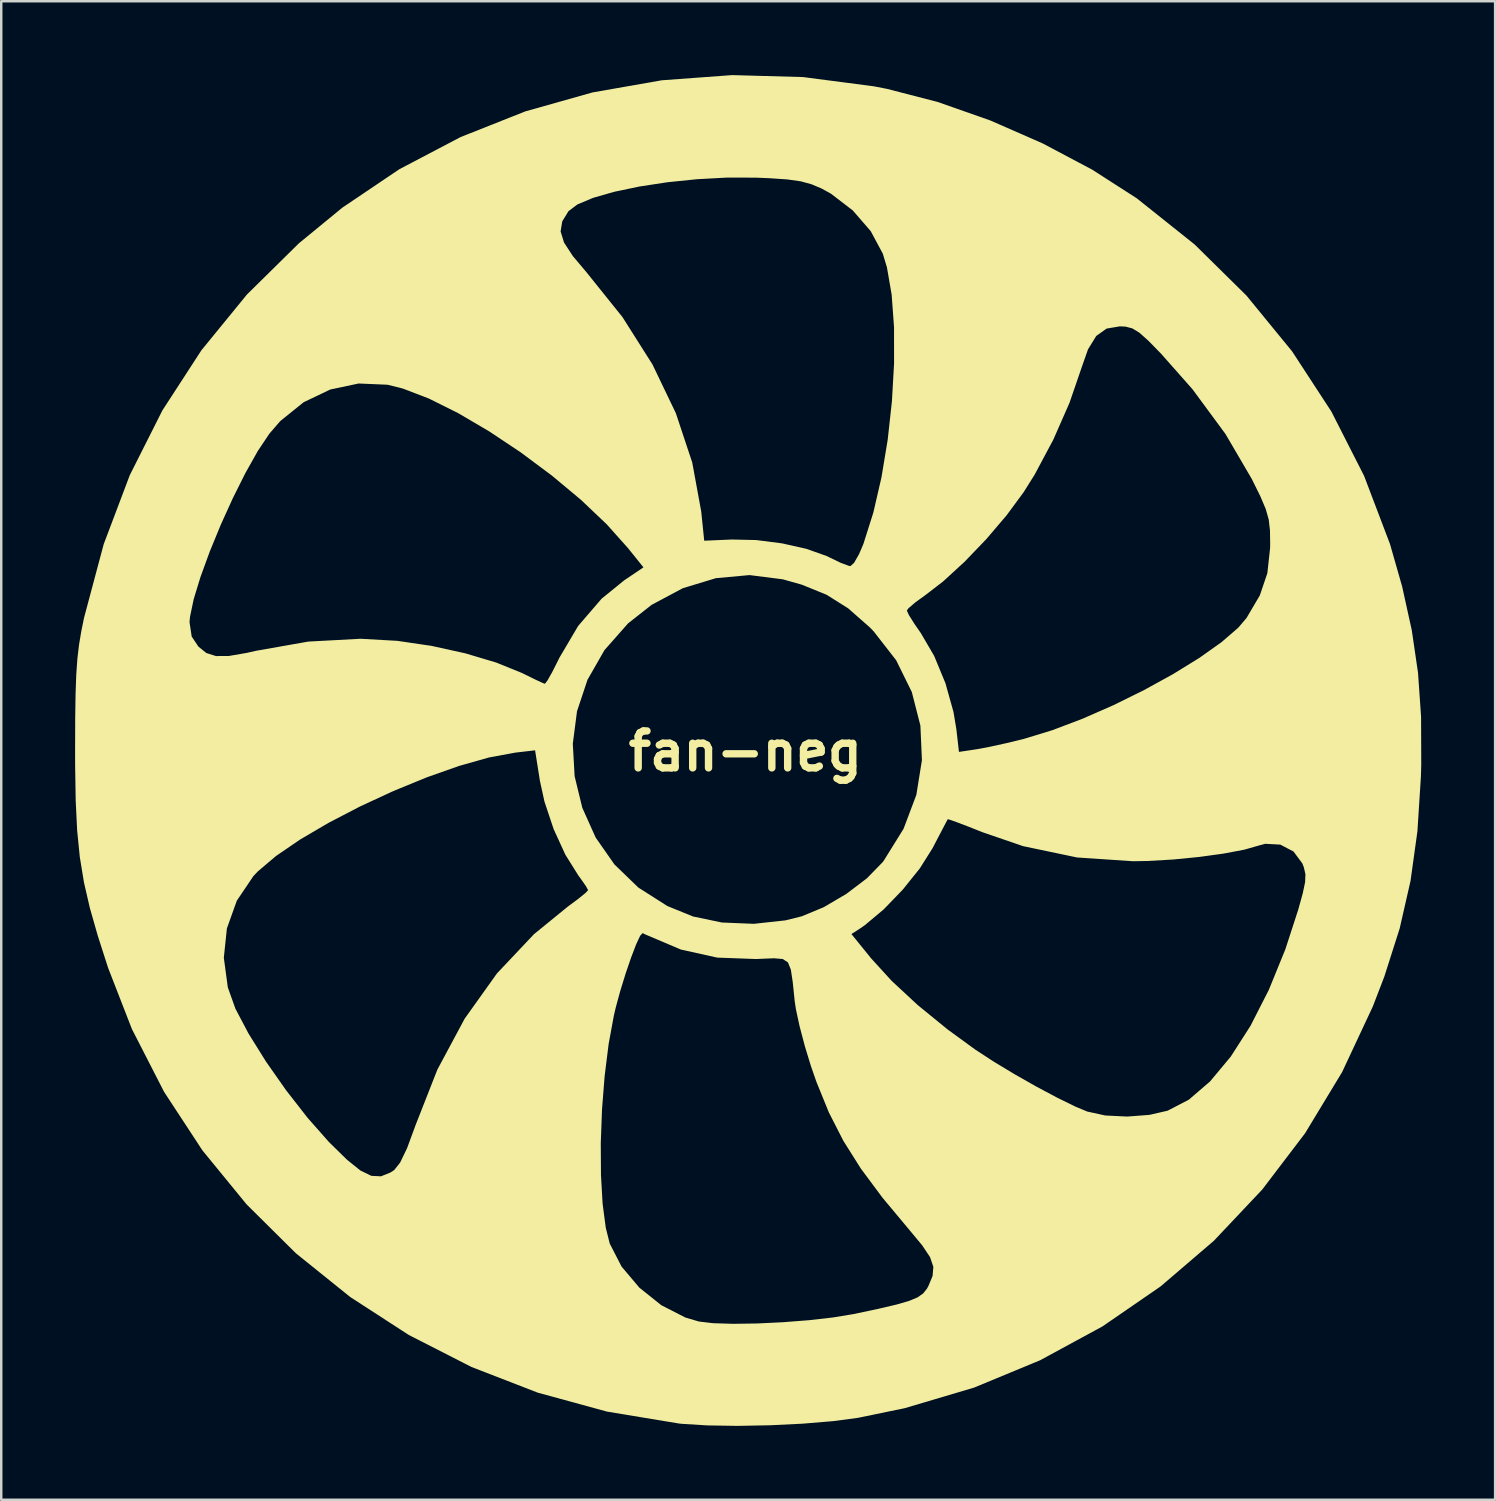
<source format=kicad_pcb>
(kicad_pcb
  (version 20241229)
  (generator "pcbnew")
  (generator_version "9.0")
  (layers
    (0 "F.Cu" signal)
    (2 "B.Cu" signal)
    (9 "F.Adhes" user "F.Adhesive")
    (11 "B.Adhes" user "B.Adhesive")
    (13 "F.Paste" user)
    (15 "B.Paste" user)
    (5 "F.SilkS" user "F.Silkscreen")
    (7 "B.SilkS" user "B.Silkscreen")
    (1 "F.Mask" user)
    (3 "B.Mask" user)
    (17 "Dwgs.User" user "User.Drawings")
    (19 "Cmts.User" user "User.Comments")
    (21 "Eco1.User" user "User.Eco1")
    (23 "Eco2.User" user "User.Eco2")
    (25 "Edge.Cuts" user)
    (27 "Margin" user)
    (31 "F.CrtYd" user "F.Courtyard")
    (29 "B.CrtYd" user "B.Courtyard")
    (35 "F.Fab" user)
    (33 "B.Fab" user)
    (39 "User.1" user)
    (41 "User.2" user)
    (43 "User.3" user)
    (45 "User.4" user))
  (footprint "fan-neg"
    (layer "F.Cu")
    (at 27.225 27.457)
    (property "Reference" "fan-neg" (at 0 0 0) (layer "F.SilkS") (effects (font (size 1.5 1.5) (thickness 0.3))))
    (attr board_only exclude_from_pos_files exclude_from_bom)
    (fp_poly (pts (xy 2.342 -27.377) (xy 5.212 -27.002) (xy 5.751 -26.897) (xy 7.807 -26.366) (xy 9.946 -25.614) (xy 12.07 -24.683) (xy 14.083 -23.616) (xy 15.887 -22.457) (xy 15.895 -22.451) (xy 18.241 -20.58) (xy 20.346 -18.504) (xy 22.201 -16.237) (xy 23.797 -13.791) (xy 25.125 -11.179) (xy 26.176 -8.414) (xy 26.67 -6.688) (xy 27.062 -4.908) (xy 27.315 -3.181) (xy 27.439 -1.397) (xy 27.446 0.554) (xy 27.432 1.036) (xy 27.291 3.247) (xy 27.011 5.267) (xy 26.57 7.2) (xy 25.947 9.153) (xy 25.479 10.37) (xy 24.231 13.035) (xy 22.728 15.518) (xy 20.987 17.805) (xy 19.024 19.884) (xy 16.857 21.74) (xy 14.5 23.362) (xy 11.971 24.735) (xy 9.287 25.847) (xy 6.462 26.685) (xy 4.569 27.075) (xy 3.55 27.21) (xy 2.328 27.312) (xy 1.003 27.377) (xy -0.324 27.402) (xy -1.551 27.383) (xy -2.578 27.319) (xy -2.699 27.306) (xy -5.623 26.822) (xy -8.438 26.052) (xy -11.127 25.01) (xy -13.671 23.711) (xy -16.053 22.167) (xy -18.256 20.394) (xy -20.261 18.406) (xy -22.052 16.216) (xy -23.61 13.839) (xy -24.917 11.288) (xy -25.884 8.802) (xy -26.017 8.389) (xy -21.185 8.389) (xy -21.023 9.593) (xy -20.714 10.46) (xy -20.179 11.473) (xy -19.471 12.609) (xy -18.652 13.777) (xy -17.786 14.887) (xy -16.938 15.849) (xy -16.864 15.925) (xy -16.179 16.596) (xy -15.639 17.03) (xy -15.195 17.247) (xy -14.802 17.267) (xy -14.413 17.109) (xy -14.266 17.013) (xy -14.025 16.71) (xy -13.741 16.119) (xy -13.668 15.921) (xy -5.876 15.921) (xy -5.868 17.216) (xy -5.801 18.383) (xy -5.673 19.355) (xy -5.511 20) (xy -5.031 20.933) (xy -4.308 21.789) (xy -3.418 22.501) (xy -2.439 23.002) (xy -1.894 23.163) (xy -1.316 23.232) (xy -0.501 23.257) (xy 0.473 23.243) (xy 1.526 23.192) (xy 2.581 23.11) (xy 3.558 22.998) (xy 4.379 22.863) (xy 4.393 22.86) (xy 5.395 22.648) (xy 6.13 22.476) (xy 6.647 22.326) (xy 6.994 22.18) (xy 7.219 22.021) (xy 7.37 21.831) (xy 7.427 21.728) (xy 7.6 21.314) (xy 7.631 20.944) (xy 7.498 20.551) (xy 7.178 20.07) (xy 6.662 19.449) (xy 5.569 18.14) (xy 4.688 16.955) (xy 3.975 15.823) (xy 3.388 14.673) (xy 2.884 13.435) (xy 2.656 12.78) (xy 2.411 11.977) (xy 2.198 11.169) (xy 2.048 10.473) (xy 1.999 10.144) (xy 1.92 9.377) (xy 1.844 8.872) (xy 1.725 8.578) (xy 1.513 8.441) (xy 1.16 8.411) (xy 0.619 8.433) (xy 0.436 8.442) (xy -1.148 8.384) (xy -2.623 8.057) (xy -4.076 7.44) (xy -4.099 7.428) (xy 4.304 7.428) (xy 5.11 8.422) (xy 5.941 9.332) (xy 6.998 10.313) (xy 8.214 11.305) (xy 9.339 12.124) (xy 10.07 12.601) (xy 10.921 13.115) (xy 11.812 13.621) (xy 12.664 14.075) (xy 13.399 14.435) (xy 13.88 14.636) (xy 14.614 14.796) (xy 15.504 14.84) (xy 16.407 14.771) (xy 17.144 14.602) (xy 18.009 14.153) (xy 18.87 13.412) (xy 19.71 12.404) (xy 20.51 11.157) (xy 21.254 9.698) (xy 21.925 8.052) (xy 22.447 6.447) (xy 22.634 5.774) (xy 22.729 5.32) (xy 22.742 4.997) (xy 22.679 4.72) (xy 22.618 4.56) (xy 22.257 4.075) (xy 21.722 3.795) (xy 21.111 3.762) (xy 20.855 3.831) (xy 20.254 4.002) (xy 19.417 4.16) (xy 18.429 4.296) (xy 17.373 4.4) (xy 16.333 4.46) (xy 15.735 4.47) (xy 13.466 4.317) (xy 11.277 3.858) (xy 9.649 3.3) (xy 9.04 3.059) (xy 8.559 2.876) (xy 8.269 2.775) (xy 8.215 2.764) (xy 8.137 2.91) (xy 7.948 3.271) (xy 7.684 3.776) (xy 7.598 3.941) (xy 7.083 4.759) (xy 6.39 5.622) (xy 5.614 6.426) (xy 4.848 7.068) (xy 4.668 7.192) (xy 4.304 7.428) (xy -4.099 7.428) (xy -4.175 7.388) (xy -4.277 7.498) (xy -4.441 7.85) (xy -4.644 8.381) (xy -4.864 9.025) (xy -5.078 9.717) (xy -5.263 10.393) (xy -5.341 10.721) (xy -5.557 11.896) (xy -5.719 13.197) (xy -5.826 14.56) (xy -5.876 15.921) (xy -13.668 15.921) (xy -13.427 15.269) (xy -13.409 15.216) (xy -12.511 12.93) (xy -11.402 10.862) (xy -10.091 9.025) (xy -8.588 7.432) (xy -7.217 6.315) (xy -6.79 5.998) (xy -6.492 5.755) (xy -6.39 5.645) (xy -6.478 5.483) (xy -6.697 5.169) (xy -6.781 5.057) (xy -7.313 4.207) (xy -7.791 3.163) (xy -8.162 2.051) (xy -8.346 1.213) (xy -8.544 -0.035) (xy -9.362 0.061) (xy -10.414 0.256) (xy -11.625 0.598) (xy -12.938 1.061) (xy -14.297 1.618) (xy -15.645 2.242) (xy -16.926 2.908) (xy -18.084 3.587) (xy -19.062 4.255) (xy -19.804 4.883) (xy -19.985 5.075) (xy -20.658 6.074) (xy -21.06 7.198) (xy -21.185 8.389) (xy -26.017 8.389) (xy -26.302 7.503) (xy -26.625 6.371) (xy -26.865 5.331) (xy -27.033 4.306) (xy -27.142 3.221) (xy -27.201 1.999) (xy -27.224 0.565) (xy -27.225 -0.08) (xy -27.224 -0.302) (xy -7.012 -0.302) (xy -6.938 1.018) (xy -6.626 2.3) (xy -6.085 3.506) (xy -5.323 4.598) (xy -4.35 5.539) (xy -3.173 6.289) (xy -2.132 6.713) (xy -0.955 6.959) (xy 0.341 7.012) (xy 1.621 6.872) (xy 2.284 6.708) (xy 3.179 6.337) (xy 4.099 5.796) (xy 4.935 5.161) (xy 5.575 4.505) (xy 5.608 4.462) (xy 6.421 3.153) (xy 6.94 1.776) (xy 7.167 0.367) (xy 7.105 -1.038) (xy 6.756 -2.403) (xy 6.121 -3.692) (xy 5.204 -4.87) (xy 5.044 -5.033) (xy 4.273 -5.711) (xy 6.554 -5.711) (xy 6.638 -5.528) (xy 6.862 -5.171) (xy 7.125 -4.792) (xy 7.665 -3.867) (xy 8.123 -2.757) (xy 8.449 -1.592) (xy 8.564 -0.904) (xy 8.671 0.03) (xy 9.385 -0.077) (xy 9.901 -0.173) (xy 10.582 -0.322) (xy 11.285 -0.493) (xy 11.319 -0.502) (xy 12.461 -0.851) (xy 13.687 -1.316) (xy 14.948 -1.869) (xy 16.193 -2.484) (xy 17.372 -3.133) (xy 18.435 -3.789) (xy 19.331 -4.424) (xy 20.011 -5.011) (xy 20.349 -5.407) (xy 20.891 -6.328) (xy 21.196 -7.23) (xy 21.307 -8.249) (xy 21.31 -8.418) (xy 21.302 -8.968) (xy 21.251 -9.409) (xy 21.129 -9.838) (xy 20.91 -10.354) (xy 20.564 -11.053) (xy 20.564 -11.054) (xy 19.495 -12.881) (xy 18.158 -14.695) (xy 16.883 -16.138) (xy 16.37 -16.663) (xy 16.002 -16.992) (xy 15.713 -17.17) (xy 15.435 -17.242) (xy 15.206 -17.253) (xy 14.666 -17.162) (xy 14.247 -16.863) (xy 13.912 -16.319) (xy 13.651 -15.575) (xy 13.161 -14.149) (xy 12.503 -12.652) (xy 11.746 -11.232) (xy 11.298 -10.518) (xy 10.609 -9.583) (xy 9.784 -8.614) (xy 8.899 -7.692) (xy 8.029 -6.894) (xy 7.314 -6.343) (xy 6.903 -6.046) (xy 6.627 -5.81) (xy 6.554 -5.711) (xy 4.273 -5.711) (xy 4.178 -5.796) (xy 3.299 -6.35) (xy 2.294 -6.76) (xy 1.513 -6.98) (xy 0.167 -7.151) (xy -1.201 -7.026) (xy -2.544 -6.618) (xy -3.812 -5.942) (xy -4.767 -5.19) (xy -5.727 -4.102) (xy -6.415 -2.9) (xy -6.841 -1.62) (xy -7.012 -0.302) (xy -27.224 -0.302) (xy -27.221 -1.327) (xy -27.206 -2.315) (xy -27.178 -3.105) (xy -27.132 -3.757) (xy -27.064 -4.331) (xy -26.97 -4.888) (xy -26.898 -5.241) (xy -22.578 -5.241) (xy -22.49 -4.655) (xy -22.214 -4.243) (xy -21.896 -3.987) (xy -21.507 -3.863) (xy -20.98 -3.866) (xy -20.248 -3.992) (xy -19.889 -4.074) (xy -17.757 -4.45) (xy -15.635 -4.565) (xy -14.141 -4.481) (xy -12.749 -4.276) (xy -11.376 -3.973) (xy -10.12 -3.598) (xy -9.077 -3.175) (xy -8.998 -3.136) (xy -8.555 -2.918) (xy -8.24 -2.772) (xy -8.147 -2.736) (xy -8.046 -2.862) (xy -7.85 -3.209) (xy -7.599 -3.705) (xy -7.555 -3.797) (xy -6.794 -5.086) (xy -5.841 -6.193) (xy -4.926 -6.937) (xy -4.142 -7.465) (xy -4.769 -8.245) (xy -5.637 -9.216) (xy -6.685 -10.211) (xy -7.863 -11.193) (xy -9.12 -12.13) (xy -10.405 -12.986) (xy -11.667 -13.728) (xy -12.855 -14.32) (xy -13.919 -14.728) (xy -14.536 -14.882) (xy -15.71 -14.932) (xy -16.865 -14.687) (xy -17.944 -14.171) (xy -18.893 -13.406) (xy -19.335 -12.894) (xy -19.804 -12.192) (xy -20.307 -11.299) (xy -20.818 -10.277) (xy -21.311 -9.19) (xy -21.758 -8.102) (xy -22.133 -7.074) (xy -22.409 -6.17) (xy -22.559 -5.454) (xy -22.578 -5.241) (xy -26.898 -5.241) (xy -26.863 -5.412) (xy -26.064 -8.404) (xy -25.003 -11.212) (xy -23.68 -13.839) (xy -22.094 -16.283) (xy -20.246 -18.546) (xy -18.135 -20.627) (xy -17.548 -21.108) (xy -7.507 -21.108) (xy -7.368 -20.656) (xy -7.009 -20.106) (xy -6.462 -19.457) (xy -4.994 -17.628) (xy -3.777 -15.707) (xy -2.827 -13.727) (xy -2.161 -11.722) (xy -1.795 -9.726) (xy -1.789 -9.665) (xy -1.675 -8.547) (xy -0.555 -8.596) (xy 0.435 -8.574) (xy 1.485 -8.44) (xy 2.479 -8.216) (xy 3.301 -7.924) (xy 3.459 -7.847) (xy 3.88 -7.644) (xy 4.198 -7.527) (xy 4.262 -7.515) (xy 4.412 -7.649) (xy 4.615 -8.005) (xy 4.792 -8.421) (xy 5.194 -9.691) (xy 5.524 -11.12) (xy 5.777 -12.648) (xy 5.949 -14.214) (xy 6.036 -15.758) (xy 6.034 -17.219) (xy 5.938 -18.537) (xy 5.746 -19.65) (xy 5.577 -20.208) (xy 5.087 -21.12) (xy 4.359 -21.96) (xy 3.472 -22.641) (xy 3.085 -22.854) (xy 2.679 -23.025) (xy 2.244 -23.143) (xy 1.7 -23.22) (xy 0.963 -23.27) (xy 0.43 -23.292) (xy -0.747 -23.295) (xy -1.963 -23.229) (xy -3.166 -23.106) (xy -4.304 -22.932) (xy -5.327 -22.718) (xy -6.183 -22.473) (xy -6.822 -22.206) (xy -7.187 -21.931) (xy -7.441 -21.516) (xy -7.507 -21.108) (xy -17.548 -21.108) (xy -16.374 -22.072) (xy -14.056 -23.635) (xy -11.57 -24.94) (xy -8.945 -25.982) (xy -6.212 -26.753) (xy -3.4 -27.246) (xy -0.539 -27.457)) (stroke (width 0) (type solid)) (fill yes) (layer "F.SilkS")))
  (gr_rect
    (start -3 -3)
    (end 57.671 57.859)
    (stroke (width 0.1) (type default))
    (fill no)
    (layer "Edge.Cuts")))
</source>
